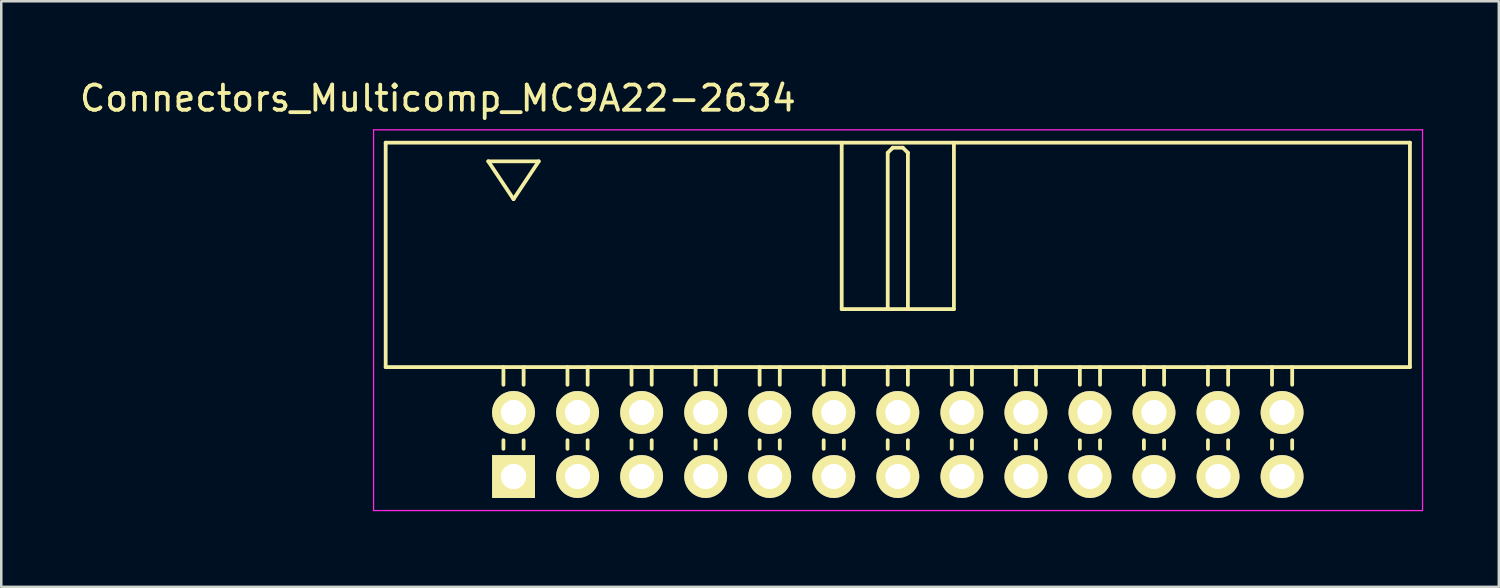
<source format=kicad_pcb>
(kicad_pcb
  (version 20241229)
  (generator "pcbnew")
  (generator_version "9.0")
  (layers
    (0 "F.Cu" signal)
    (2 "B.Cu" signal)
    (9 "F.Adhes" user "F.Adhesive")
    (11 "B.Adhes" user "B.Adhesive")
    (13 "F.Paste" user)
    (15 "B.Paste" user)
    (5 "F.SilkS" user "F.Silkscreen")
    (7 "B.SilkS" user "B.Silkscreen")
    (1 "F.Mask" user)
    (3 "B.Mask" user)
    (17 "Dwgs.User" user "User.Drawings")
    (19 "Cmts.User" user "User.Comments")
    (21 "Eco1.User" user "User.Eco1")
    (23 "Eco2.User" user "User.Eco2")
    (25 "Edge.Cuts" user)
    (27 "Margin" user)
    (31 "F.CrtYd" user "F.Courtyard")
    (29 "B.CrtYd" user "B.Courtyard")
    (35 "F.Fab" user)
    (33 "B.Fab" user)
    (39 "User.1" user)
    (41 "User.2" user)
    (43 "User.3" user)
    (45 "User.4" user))
  (footprint "Connectors_Multicomp_MC9A22-2634"
    (layer "F.Cu")
    (at 17.315 15.848)
    (property "Reference" "Connectors_Multicomp_MC9A22-2634" (at -3 -15 0) (layer "F.SilkS") (effects (font (size 1 1) (thickness 0.15))))
    (attr through_hole)
    (fp_line (start -5.07 -13.24) (end 35.55 -13.24) (stroke (width 0.15) (type solid)) (layer "F.SilkS"))
    (fp_line (start -5.07 -4.34) (end -5.07 -13.24) (stroke (width 0.15) (type solid)) (layer "F.SilkS"))
    (fp_line (start -1 -12.5) (end 1 -12.5) (stroke (width 0.15) (type solid)) (layer "F.SilkS"))
    (fp_line (start -0.4 -3.64) (end -0.4 -4.34) (stroke (width 0.15) (type solid)) (layer "F.SilkS"))
    (fp_line (start -0.4 -1.1) (end -0.4 -1.44) (stroke (width 0.15) (type solid)) (layer "F.SilkS"))
    (fp_line (start 0 -11) (end -1 -12.5) (stroke (width 0.15) (type solid)) (layer "F.SilkS"))
    (fp_line (start 0.4 -3.64) (end 0.4 -4.34) (stroke (width 0.15) (type solid)) (layer "F.SilkS"))
    (fp_line (start 0.4 -1.1) (end 0.4 -1.44) (stroke (width 0.15) (type solid)) (layer "F.SilkS"))
    (fp_line (start 1 -12.5) (end 0 -11) (stroke (width 0.15) (type solid)) (layer "F.SilkS"))
    (fp_line (start 2.14 -3.64) (end 2.14 -4.34) (stroke (width 0.15) (type solid)) (layer "F.SilkS"))
    (fp_line (start 2.14 -1.1) (end 2.14 -1.44) (stroke (width 0.15) (type solid)) (layer "F.SilkS"))
    (fp_line (start 2.94 -3.64) (end 2.94 -4.34) (stroke (width 0.15) (type solid)) (layer "F.SilkS"))
    (fp_line (start 2.94 -1.1) (end 2.94 -1.44) (stroke (width 0.15) (type solid)) (layer "F.SilkS"))
    (fp_line (start 4.68 -3.64) (end 4.68 -4.34) (stroke (width 0.15) (type solid)) (layer "F.SilkS"))
    (fp_line (start 4.68 -1.1) (end 4.68 -1.44) (stroke (width 0.15) (type solid)) (layer "F.SilkS"))
    (fp_line (start 5.48 -3.64) (end 5.48 -4.34) (stroke (width 0.15) (type solid)) (layer "F.SilkS"))
    (fp_line (start 5.48 -1.1) (end 5.48 -1.44) (stroke (width 0.15) (type solid)) (layer "F.SilkS"))
    (fp_line (start 7.22 -3.64) (end 7.22 -4.34) (stroke (width 0.15) (type solid)) (layer "F.SilkS"))
    (fp_line (start 7.22 -1.1) (end 7.22 -1.44) (stroke (width 0.15) (type solid)) (layer "F.SilkS"))
    (fp_line (start 8.02 -3.64) (end 8.02 -4.34) (stroke (width 0.15) (type solid)) (layer "F.SilkS"))
    (fp_line (start 8.02 -1.1) (end 8.02 -1.44) (stroke (width 0.15) (type solid)) (layer "F.SilkS"))
    (fp_line (start 9.76 -3.64) (end 9.76 -4.34) (stroke (width 0.15) (type solid)) (layer "F.SilkS"))
    (fp_line (start 9.76 -1.1) (end 9.76 -1.44) (stroke (width 0.15) (type solid)) (layer "F.SilkS"))
    (fp_line (start 10.56 -3.64) (end 10.56 -4.34) (stroke (width 0.15) (type solid)) (layer "F.SilkS"))
    (fp_line (start 10.56 -1.1) (end 10.56 -1.44) (stroke (width 0.15) (type solid)) (layer "F.SilkS"))
    (fp_line (start 12.3 -3.64) (end 12.3 -4.34) (stroke (width 0.15) (type solid)) (layer "F.SilkS"))
    (fp_line (start 12.3 -1.1) (end 12.3 -1.44) (stroke (width 0.15) (type solid)) (layer "F.SilkS"))
    (fp_line (start 13.015 -13.24) (end 13.015 -6.64) (stroke (width 0.15) (type solid)) (layer "F.SilkS"))
    (fp_line (start 13.015 -6.64) (end 17.465 -6.64) (stroke (width 0.15) (type solid)) (layer "F.SilkS"))
    (fp_line (start 13.1 -3.64) (end 13.1 -4.34) (stroke (width 0.15) (type solid)) (layer "F.SilkS"))
    (fp_line (start 13.1 -1.1) (end 13.1 -1.44) (stroke (width 0.15) (type solid)) (layer "F.SilkS"))
    (fp_line (start 14.84 -12.84) (end 15.04 -13.04) (stroke (width 0.15) (type solid)) (layer "F.SilkS"))
    (fp_line (start 14.84 -6.64) (end 14.84 -12.84) (stroke (width 0.15) (type solid)) (layer "F.SilkS"))
    (fp_line (start 14.84 -3.64) (end 14.84 -4.34) (stroke (width 0.15) (type solid)) (layer "F.SilkS"))
    (fp_line (start 14.84 -1.1) (end 14.84 -1.44) (stroke (width 0.15) (type solid)) (layer "F.SilkS"))
    (fp_line (start 15.04 -13.04) (end 15.44 -13.04) (stroke (width 0.15) (type solid)) (layer "F.SilkS"))
    (fp_line (start 15.44 -13.04) (end 15.64 -12.84) (stroke (width 0.15) (type solid)) (layer "F.SilkS"))
    (fp_line (start 15.64 -12.84) (end 15.64 -6.64) (stroke (width 0.15) (type solid)) (layer "F.SilkS"))
    (fp_line (start 15.64 -3.64) (end 15.64 -4.34) (stroke (width 0.15) (type solid)) (layer "F.SilkS"))
    (fp_line (start 15.64 -1.1) (end 15.64 -1.44) (stroke (width 0.15) (type solid)) (layer "F.SilkS"))
    (fp_line (start 17.38 -3.64) (end 17.38 -4.34) (stroke (width 0.15) (type solid)) (layer "F.SilkS"))
    (fp_line (start 17.38 -1.1) (end 17.38 -1.44) (stroke (width 0.15) (type solid)) (layer "F.SilkS"))
    (fp_line (start 17.465 -6.64) (end 17.465 -13.24) (stroke (width 0.15) (type solid)) (layer "F.SilkS"))
    (fp_line (start 18.18 -3.64) (end 18.18 -4.34) (stroke (width 0.15) (type solid)) (layer "F.SilkS"))
    (fp_line (start 18.18 -1.1) (end 18.18 -1.44) (stroke (width 0.15) (type solid)) (layer "F.SilkS"))
    (fp_line (start 19.92 -3.64) (end 19.92 -4.34) (stroke (width 0.15) (type solid)) (layer "F.SilkS"))
    (fp_line (start 19.92 -1.1) (end 19.92 -1.44) (stroke (width 0.15) (type solid)) (layer "F.SilkS"))
    (fp_line (start 20.72 -3.64) (end 20.72 -4.34) (stroke (width 0.15) (type solid)) (layer "F.SilkS"))
    (fp_line (start 20.72 -1.1) (end 20.72 -1.44) (stroke (width 0.15) (type solid)) (layer "F.SilkS"))
    (fp_line (start 22.46 -3.64) (end 22.46 -4.34) (stroke (width 0.15) (type solid)) (layer "F.SilkS"))
    (fp_line (start 22.46 -1.1) (end 22.46 -1.44) (stroke (width 0.15) (type solid)) (layer "F.SilkS"))
    (fp_line (start 23.26 -3.64) (end 23.26 -4.34) (stroke (width 0.15) (type solid)) (layer "F.SilkS"))
    (fp_line (start 23.26 -1.1) (end 23.26 -1.44) (stroke (width 0.15) (type solid)) (layer "F.SilkS"))
    (fp_line (start 25 -3.64) (end 25 -4.34) (stroke (width 0.15) (type solid)) (layer "F.SilkS"))
    (fp_line (start 25 -1.1) (end 25 -1.44) (stroke (width 0.15) (type solid)) (layer "F.SilkS"))
    (fp_line (start 25.8 -3.64) (end 25.8 -4.34) (stroke (width 0.15) (type solid)) (layer "F.SilkS"))
    (fp_line (start 25.8 -1.1) (end 25.8 -1.44) (stroke (width 0.15) (type solid)) (layer "F.SilkS"))
    (fp_line (start 27.54 -3.64) (end 27.54 -4.34) (stroke (width 0.15) (type solid)) (layer "F.SilkS"))
    (fp_line (start 27.54 -1.1) (end 27.54 -1.44) (stroke (width 0.15) (type solid)) (layer "F.SilkS"))
    (fp_line (start 28.34 -3.64) (end 28.34 -4.34) (stroke (width 0.15) (type solid)) (layer "F.SilkS"))
    (fp_line (start 28.34 -1.1) (end 28.34 -1.44) (stroke (width 0.15) (type solid)) (layer "F.SilkS"))
    (fp_line (start 30.08 -3.64) (end 30.08 -4.34) (stroke (width 0.15) (type solid)) (layer "F.SilkS"))
    (fp_line (start 30.08 -1.1) (end 30.08 -1.44) (stroke (width 0.15) (type solid)) (layer "F.SilkS"))
    (fp_line (start 30.88 -3.64) (end 30.88 -4.34) (stroke (width 0.15) (type solid)) (layer "F.SilkS"))
    (fp_line (start 30.88 -1.1) (end 30.88 -1.44) (stroke (width 0.15) (type solid)) (layer "F.SilkS"))
    (fp_line (start 35.55 -13.24) (end 35.55 -4.34) (stroke (width 0.15) (type solid)) (layer "F.SilkS"))
    (fp_line (start 35.55 -4.34) (end -5.07 -4.34) (stroke (width 0.15) (type solid)) (layer "F.SilkS"))
    (fp_line (start -5.55 -13.75) (end 36.05 -13.75) (stroke (width 0.05) (type solid)) (layer "F.CrtYd"))
    (fp_line (start -5.55 1.35) (end -5.55 -13.75) (stroke (width 0.05) (type solid)) (layer "F.CrtYd"))
    (fp_line (start 36.05 -13.75) (end 36.05 1.35) (stroke (width 0.05) (type solid)) (layer "F.CrtYd"))
    (fp_line (start 36.05 1.35) (end -5.55 1.35) (stroke (width 0.05) (type solid)) (layer "F.CrtYd"))
    (pad "1" thru_hole rect (at 0 0) (size 1.7 1.7) (drill 1) (layers "*.Cu" "*.Mask" "F.SilkS"))
    (pad "2" thru_hole circle (at 0 -2.54) (size 1.7 1.7) (drill 1) (layers "*.Cu" "*.Mask" "F.SilkS"))
    (pad "3" thru_hole circle (at 2.54 0) (size 1.7 1.7) (drill 1) (layers "*.Cu" "*.Mask" "F.SilkS"))
    (pad "4" thru_hole circle (at 2.54 -2.54) (size 1.7 1.7) (drill 1) (layers "*.Cu" "*.Mask" "F.SilkS"))
    (pad "5" thru_hole circle (at 5.08 0) (size 1.7 1.7) (drill 1) (layers "*.Cu" "*.Mask" "F.SilkS"))
    (pad "6" thru_hole circle (at 5.08 -2.54) (size 1.7 1.7) (drill 1) (layers "*.Cu" "*.Mask" "F.SilkS"))
    (pad "7" thru_hole circle (at 7.62 0) (size 1.7 1.7) (drill 1) (layers "*.Cu" "*.Mask" "F.SilkS"))
    (pad "8" thru_hole circle (at 7.62 -2.54) (size 1.7 1.7) (drill 1) (layers "*.Cu" "*.Mask" "F.SilkS"))
    (pad "9" thru_hole circle (at 10.16 0) (size 1.7 1.7) (drill 1) (layers "*.Cu" "*.Mask" "F.SilkS"))
    (pad "10" thru_hole circle (at 10.16 -2.54) (size 1.7 1.7) (drill 1) (layers "*.Cu" "*.Mask" "F.SilkS"))
    (pad "11" thru_hole circle (at 12.7 0) (size 1.7 1.7) (drill 1) (layers "*.Cu" "*.Mask" "F.SilkS"))
    (pad "12" thru_hole circle (at 12.7 -2.54) (size 1.7 1.7) (drill 1) (layers "*.Cu" "*.Mask" "F.SilkS"))
    (pad "13" thru_hole circle (at 15.24 0) (size 1.7 1.7) (drill 1) (layers "*.Cu" "*.Mask" "F.SilkS"))
    (pad "14" thru_hole circle (at 15.24 -2.54) (size 1.7 1.7) (drill 1) (layers "*.Cu" "*.Mask" "F.SilkS"))
    (pad "15" thru_hole circle (at 17.78 0) (size 1.7 1.7) (drill 1) (layers "*.Cu" "*.Mask" "F.SilkS"))
    (pad "16" thru_hole circle (at 17.78 -2.54) (size 1.7 1.7) (drill 1) (layers "*.Cu" "*.Mask" "F.SilkS"))
    (pad "17" thru_hole circle (at 20.32 0) (size 1.7 1.7) (drill 1) (layers "*.Cu" "*.Mask" "F.SilkS"))
    (pad "18" thru_hole circle (at 20.32 -2.54) (size 1.7 1.7) (drill 1) (layers "*.Cu" "*.Mask" "F.SilkS"))
    (pad "19" thru_hole circle (at 22.86 0) (size 1.7 1.7) (drill 1) (layers "*.Cu" "*.Mask" "F.SilkS"))
    (pad "20" thru_hole circle (at 22.86 -2.54) (size 1.7 1.7) (drill 1) (layers "*.Cu" "*.Mask" "F.SilkS"))
    (pad "21" thru_hole circle (at 25.4 0) (size 1.7 1.7) (drill 1) (layers "*.Cu" "*.Mask" "F.SilkS"))
    (pad "22" thru_hole circle (at 25.4 -2.54) (size 1.7 1.7) (drill 1) (layers "*.Cu" "*.Mask" "F.SilkS"))
    (pad "23" thru_hole circle (at 27.94 0) (size 1.7 1.7) (drill 1) (layers "*.Cu" "*.Mask" "F.SilkS"))
    (pad "24" thru_hole circle (at 27.94 -2.54) (size 1.7 1.7) (drill 1) (layers "*.Cu" "*.Mask" "F.SilkS"))
    (pad "25" thru_hole circle (at 30.48 0) (size 1.7 1.7) (drill 1) (layers "*.Cu" "*.Mask" "F.SilkS"))
    (pad "26" thru_hole circle (at 30.48 -2.54) (size 1.7 1.7) (drill 1) (layers "*.Cu" "*.Mask" "F.SilkS")))
  (gr_rect
    (start -3 -3)
    (end 56.39 20.223)
    (stroke (width 0.1) (type default))
    (fill no)
    (layer "Edge.Cuts")))
</source>
